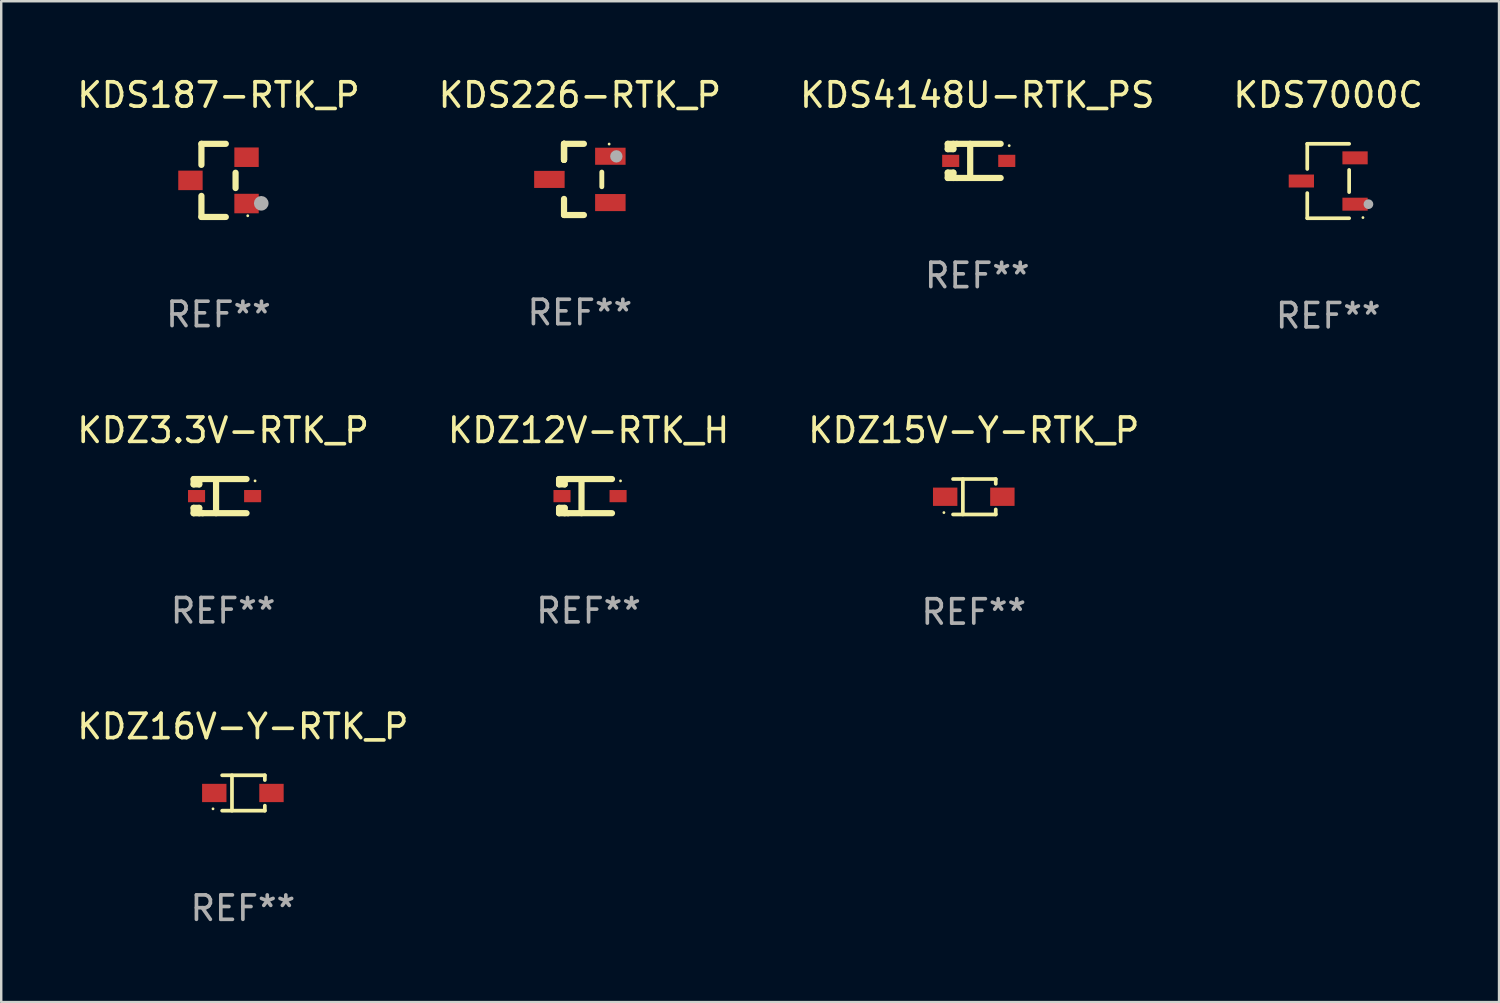
<source format=kicad_pcb>
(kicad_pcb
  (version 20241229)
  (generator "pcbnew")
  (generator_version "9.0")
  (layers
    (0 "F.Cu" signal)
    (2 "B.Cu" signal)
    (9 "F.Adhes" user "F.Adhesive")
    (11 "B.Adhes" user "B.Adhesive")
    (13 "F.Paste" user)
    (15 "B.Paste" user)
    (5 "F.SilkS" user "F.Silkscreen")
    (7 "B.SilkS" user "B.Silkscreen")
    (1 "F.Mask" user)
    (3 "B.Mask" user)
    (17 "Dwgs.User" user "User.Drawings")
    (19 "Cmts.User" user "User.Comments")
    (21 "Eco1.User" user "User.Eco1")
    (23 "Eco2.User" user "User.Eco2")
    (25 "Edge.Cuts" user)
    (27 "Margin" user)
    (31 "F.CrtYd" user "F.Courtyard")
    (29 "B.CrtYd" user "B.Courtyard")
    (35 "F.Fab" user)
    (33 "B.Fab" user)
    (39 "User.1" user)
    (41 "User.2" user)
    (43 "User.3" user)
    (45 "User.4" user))
  (footprint "KDS226-RTK_P"
    (layer "F.Cu")
    (at 20.732 4.308)
    (property "Reference" "KDS226-RTK_P" (at 0 -3.46 0) (layer "F.SilkS") (effects (font (size 1 1) (thickness 0.15))))
    (attr through_hole)
    (fp_line (start -0.65 -1.46) (end -0.65 -0.8) (stroke (width 0.254) (type solid)) (layer "F.SilkS"))
    (fp_line (start -0.65 -1.46) (end 0.165 -1.46) (stroke (width 0.254) (type solid)) (layer "F.SilkS"))
    (fp_line (start -0.65 -0.8) (end -0.65 -1.46) (stroke (width 0.254) (type solid)) (layer "F.SilkS"))
    (fp_line (start -0.65 -0.8) (end -0.65 -1.46) (stroke (width 0.254) (type solid)) (layer "F.SilkS"))
    (fp_line (start -0.65 1.46) (end -0.65 0.8) (stroke (width 0.254) (type solid)) (layer "F.SilkS"))
    (fp_line (start 0.165 1.46) (end -0.65 1.46) (stroke (width 0.254) (type solid)) (layer "F.SilkS"))
    (fp_line (start 0.9 0.3) (end 0.9 -0.3) (stroke (width 0.2) (type solid)) (layer "F.SilkS"))
    (fp_circle (center 1.2 -1.45) (end 1.23 -1.45) (stroke (width 0.06) (type solid)) (fill no) (layer "F.SilkS"))
    (fp_circle (center 1.496 -0.945) (end 1.623 -0.945) (stroke (width 0.254) (type solid)) (fill no) (layer "F.Fab"))
    (fp_text user "REF**" (at 0 5.46 0) (layer "F.Fab") (effects (font (size 1 1) (thickness 0.15))))
    (pad "1" smd rect (at 1.25 -0.95 270) (size 0.7 1.25) (layers "F.Cu" "F.Mask" "F.Paste"))
    (pad "2" smd rect (at 1.25 0.95 270) (size 0.7 1.25) (layers "F.Cu" "F.Mask" "F.Paste"))
    (pad "3" smd rect (at -1.25 0 270) (size 0.7 1.25) (layers "F.Cu" "F.Mask" "F.Paste")))
  (footprint "KDZ3.3V-RTK_P"
    (layer "F.Cu")
    (at 6.101 17.298)
    (property "Reference" "KDZ3.3V-RTK_P" (at 0 -2.701 0) (layer "F.SilkS") (effects (font (size 1 1) (thickness 0.15))))
    (attr through_hole)
    (fp_line (start -1.21 -0.701) (end -1.21 -0.482) (stroke (width 0.254) (type solid)) (layer "F.SilkS"))
    (fp_line (start -1.21 0.48) (end -1.21 0.701) (stroke (width 0.254) (type solid)) (layer "F.SilkS"))
    (fp_line (start -1.21 0.48) (end -0.98 0.48) (stroke (width 0.254) (type solid)) (layer "F.SilkS"))
    (fp_line (start -1.21 0.701) (end -0.839 0.701) (stroke (width 0.254) (type solid)) (layer "F.SilkS"))
    (fp_line (start -0.98 -0.701) (end -0.98 -0.482) (stroke (width 0.254) (type solid)) (layer "F.SilkS"))
    (fp_line (start -0.98 -0.482) (end -1.21 -0.482) (stroke (width 0.254) (type solid)) (layer "F.SilkS"))
    (fp_line (start -0.98 0.481) (end -0.98 0.701) (stroke (width 0.254) (type solid)) (layer "F.SilkS"))
    (fp_line (start -0.84 -0.701) (end -1.21 -0.701) (stroke (width 0.254) (type solid)) (layer "F.SilkS"))
    (fp_line (start -0.84 -0.701) (end 0.96 -0.701) (stroke (width 0.254) (type solid)) (layer "F.SilkS"))
    (fp_line (start -0.84 0.699) (end 0.96 0.699) (stroke (width 0.254) (type solid)) (layer "F.SilkS"))
    (fp_line (start -0.29 0.699) (end -0.29 -0.701) (stroke (width 0.254) (type solid)) (layer "F.SilkS"))
    (fp_circle (center 1.31 -0.626) (end 1.34 -0.626) (stroke (width 0.06) (type solid)) (fill no) (layer "F.SilkS"))
    (fp_text user "REF**" (at 0 4.701 0) (layer "F.Fab") (effects (font (size 1 1) (thickness 0.15))))
    (pad "1" smd rect (at 1.21 -0.001 180) (size 0.7 0.5) (layers "F.Cu" "F.Mask" "F.Paste"))
    (pad "2" smd rect (at -1.09 -0.001 180) (size 0.7 0.5) (layers "F.Cu" "F.Mask" "F.Paste")))
  (footprint "KDZ15V-Y-RTK_P"
    (layer "F.Cu")
    (at 36.887 17.323)
    (property "Reference" "KDZ15V-Y-RTK_P" (at 0 -2.726 0) (layer "F.SilkS") (effects (font (size 1 1) (thickness 0.15))))
    (attr through_hole)
    (fp_line (start -0.851 -0.726) (end 0.901 -0.726) (stroke (width 0.152) (type solid)) (layer "F.SilkS"))
    (fp_line (start -0.851 0.726) (end 0.901 0.726) (stroke (width 0.152) (type solid)) (layer "F.SilkS"))
    (fp_line (start -0.447 -0.726) (end -0.447 0.726) (stroke (width 0.152) (type solid)) (layer "F.SilkS"))
    (fp_line (start 0.901 -0.726) (end 0.901 -0.53) (stroke (width 0.152) (type solid)) (layer "F.SilkS"))
    (fp_line (start 0.901 0.726) (end 0.901 0.52) (stroke (width 0.152) (type solid)) (layer "F.SilkS"))
    (fp_circle (center -1.225 0.65) (end -1.195 0.65) (stroke (width 0.06) (type solid)) (fill no) (layer "F.SilkS"))
    (fp_text user "REF**" (at 0 4.726 0) (layer "F.Fab") (effects (font (size 1 1) (thickness 0.15))))
    (pad "1" smd rect (at -1.173 0) (size 1 0.75) (layers "F.Cu" "F.Mask" "F.Paste"))
    (pad "2" smd rect (at 1.173 0) (size 1 0.75) (layers "F.Cu" "F.Mask" "F.Paste")))
  (footprint "KDS7000C"
    (layer "F.Cu")
    (at 51.423 4.374)
    (property "Reference" "KDS7000C" (at 0 -3.526 0) (layer "F.SilkS") (effects (font (size 1 1) (thickness 0.15))))
    (attr through_hole)
    (fp_line (start -0.859 -1.526) (end -0.859 -0.495) (stroke (width 0.152) (type solid)) (layer "F.SilkS"))
    (fp_line (start -0.859 1.526) (end -0.859 0.495) (stroke (width 0.152) (type solid)) (layer "F.SilkS"))
    (fp_line (start 0.859 -1.526) (end -0.859 -1.526) (stroke (width 0.152) (type solid)) (layer "F.SilkS"))
    (fp_line (start 0.859 -0.455) (end 0.859 0.455) (stroke (width 0.152) (type solid)) (layer "F.SilkS"))
    (fp_line (start 0.859 1.526) (end -0.859 1.526) (stroke (width 0.152) (type solid)) (layer "F.SilkS"))
    (fp_circle (center 1.425 1.5) (end 1.455 1.5) (stroke (width 0.06) (type solid)) (fill no) (layer "F.SilkS"))
    (fp_circle (center 1.65 0.95) (end 1.75 0.95) (stroke (width 0.2) (type solid)) (fill no) (layer "F.Fab"))
    (fp_text user "REF**" (at 0 5.526 0) (layer "F.Fab") (effects (font (size 1 1) (thickness 0.15))))
    (pad "1" smd rect (at 1.101 0.95) (size 1.037 0.532) (layers "F.Cu" "F.Mask" "F.Paste"))
    (pad "2" smd rect (at 1.101 -0.95) (size 1.037 0.532) (layers "F.Cu" "F.Mask" "F.Paste"))
    (pad "3" smd rect (at -1.101 0) (size 1.037 0.532) (layers "F.Cu" "F.Mask" "F.Paste")))
  (footprint "KDS4148U-RTK_PS"
    (layer "F.Cu")
    (at 37.03 3.549)
    (property "Reference" "KDS4148U-RTK_PS" (at 0 -2.701 0) (layer "F.SilkS") (effects (font (size 1 1) (thickness 0.15))))
    (attr through_hole)
    (fp_line (start -1.21 -0.701) (end -1.21 -0.482) (stroke (width 0.254) (type solid)) (layer "F.SilkS"))
    (fp_line (start -1.21 0.48) (end -1.21 0.701) (stroke (width 0.254) (type solid)) (layer "F.SilkS"))
    (fp_line (start -1.21 0.48) (end -0.98 0.48) (stroke (width 0.254) (type solid)) (layer "F.SilkS"))
    (fp_line (start -1.21 0.701) (end -0.839 0.701) (stroke (width 0.254) (type solid)) (layer "F.SilkS"))
    (fp_line (start -0.98 -0.701) (end -0.98 -0.482) (stroke (width 0.254) (type solid)) (layer "F.SilkS"))
    (fp_line (start -0.98 -0.482) (end -1.21 -0.482) (stroke (width 0.254) (type solid)) (layer "F.SilkS"))
    (fp_line (start -0.98 0.481) (end -0.98 0.701) (stroke (width 0.254) (type solid)) (layer "F.SilkS"))
    (fp_line (start -0.84 -0.701) (end -1.21 -0.701) (stroke (width 0.254) (type solid)) (layer "F.SilkS"))
    (fp_line (start -0.84 -0.701) (end 0.96 -0.701) (stroke (width 0.254) (type solid)) (layer "F.SilkS"))
    (fp_line (start -0.84 0.699) (end 0.96 0.699) (stroke (width 0.254) (type solid)) (layer "F.SilkS"))
    (fp_line (start -0.29 0.699) (end -0.29 -0.701) (stroke (width 0.254) (type solid)) (layer "F.SilkS"))
    (fp_circle (center 1.31 -0.626) (end 1.34 -0.626) (stroke (width 0.06) (type solid)) (fill no) (layer "F.SilkS"))
    (fp_text user "REF**" (at 0 4.701 0) (layer "F.Fab") (effects (font (size 1 1) (thickness 0.15))))
    (pad "1" smd rect (at 1.21 -0.001 180) (size 0.7 0.5) (layers "F.Cu" "F.Mask" "F.Paste"))
    (pad "2" smd rect (at -1.09 -0.001 180) (size 0.7 0.5) (layers "F.Cu" "F.Mask" "F.Paste")))
  (footprint "KDZ12V-RTK_H"
    (layer "F.Cu")
    (at 21.089 17.298)
    (property "Reference" "KDZ12V-RTK_H" (at 0 -2.701 0) (layer "F.SilkS") (effects (font (size 1 1) (thickness 0.15))))
    (attr through_hole)
    (fp_line (start -1.21 -0.701) (end -1.21 -0.482) (stroke (width 0.254) (type solid)) (layer "F.SilkS"))
    (fp_line (start -1.21 0.48) (end -1.21 0.701) (stroke (width 0.254) (type solid)) (layer "F.SilkS"))
    (fp_line (start -1.21 0.48) (end -0.98 0.48) (stroke (width 0.254) (type solid)) (layer "F.SilkS"))
    (fp_line (start -1.21 0.701) (end -0.839 0.701) (stroke (width 0.254) (type solid)) (layer "F.SilkS"))
    (fp_line (start -0.98 -0.701) (end -0.98 -0.482) (stroke (width 0.254) (type solid)) (layer "F.SilkS"))
    (fp_line (start -0.98 -0.482) (end -1.21 -0.482) (stroke (width 0.254) (type solid)) (layer "F.SilkS"))
    (fp_line (start -0.98 0.481) (end -0.98 0.701) (stroke (width 0.254) (type solid)) (layer "F.SilkS"))
    (fp_line (start -0.84 -0.701) (end -1.21 -0.701) (stroke (width 0.254) (type solid)) (layer "F.SilkS"))
    (fp_line (start -0.84 -0.701) (end 0.96 -0.701) (stroke (width 0.254) (type solid)) (layer "F.SilkS"))
    (fp_line (start -0.84 0.699) (end 0.96 0.699) (stroke (width 0.254) (type solid)) (layer "F.SilkS"))
    (fp_line (start -0.29 0.699) (end -0.29 -0.701) (stroke (width 0.254) (type solid)) (layer "F.SilkS"))
    (fp_circle (center 1.31 -0.626) (end 1.34 -0.626) (stroke (width 0.06) (type solid)) (fill no) (layer "F.SilkS"))
    (fp_text user "REF**" (at 0 4.701 0) (layer "F.Fab") (effects (font (size 1 1) (thickness 0.15))))
    (pad "1" smd rect (at 1.21 -0.001 180) (size 0.7 0.5) (layers "F.Cu" "F.Mask" "F.Paste"))
    (pad "2" smd rect (at -1.09 -0.001 180) (size 0.7 0.5) (layers "F.Cu" "F.Mask" "F.Paste")))
  (footprint "KDZ16V-Y-RTK_P"
    (layer "F.Cu")
    (at 6.911 29.472)
    (property "Reference" "KDZ16V-Y-RTK_P" (at 0 -2.726 0) (layer "F.SilkS") (effects (font (size 1 1) (thickness 0.15))))
    (attr through_hole)
    (fp_line (start -0.851 -0.726) (end 0.901 -0.726) (stroke (width 0.152) (type solid)) (layer "F.SilkS"))
    (fp_line (start -0.851 0.726) (end 0.901 0.726) (stroke (width 0.152) (type solid)) (layer "F.SilkS"))
    (fp_line (start -0.447 -0.726) (end -0.447 0.726) (stroke (width 0.152) (type solid)) (layer "F.SilkS"))
    (fp_line (start 0.901 -0.726) (end 0.901 -0.53) (stroke (width 0.152) (type solid)) (layer "F.SilkS"))
    (fp_line (start 0.901 0.726) (end 0.901 0.52) (stroke (width 0.152) (type solid)) (layer "F.SilkS"))
    (fp_circle (center -1.225 0.65) (end -1.195 0.65) (stroke (width 0.06) (type solid)) (fill no) (layer "F.SilkS"))
    (fp_text user "REF**" (at 0 4.726 0) (layer "F.Fab") (effects (font (size 1 1) (thickness 0.15))))
    (pad "1" smd rect (at -1.173 0) (size 1 0.75) (layers "F.Cu" "F.Mask" "F.Paste"))
    (pad "2" smd rect (at 1.173 0) (size 1 0.75) (layers "F.Cu" "F.Mask" "F.Paste")))
  (footprint "KDS187-RTK_P"
    (layer "F.Cu")
    (at 5.911 4.348)
    (property "Reference" "KDS187-RTK_P" (at 0 -3.5 0) (layer "F.SilkS") (effects (font (size 1 1) (thickness 0.15))))
    (attr through_hole)
    (fp_line (start -0.7 -1.5) (end 0.3 -1.5) (stroke (width 0.254) (type solid)) (layer "F.SilkS"))
    (fp_line (start -0.7 -0.636) (end -0.7 -1.5) (stroke (width 0.254) (type solid)) (layer "F.SilkS"))
    (fp_line (start -0.7 1.5) (end -0.7 0.636) (stroke (width 0.254) (type solid)) (layer "F.SilkS"))
    (fp_line (start -0.7 1.5) (end 0.3 1.5) (stroke (width 0.254) (type solid)) (layer "F.SilkS"))
    (fp_line (start 0.7 0.314) (end 0.7 -0.314) (stroke (width 0.254) (type solid)) (layer "F.SilkS"))
    (fp_circle (center 1.2 1.45) (end 1.23 1.45) (stroke (width 0.06) (type solid)) (fill no) (layer "F.SilkS"))
    (fp_circle (center 1.753 0.94) (end 1.903 0.94) (stroke (width 0.3) (type solid)) (fill no) (layer "F.Fab"))
    (fp_text user "REF**" (at 0 5.5 0) (layer "F.Fab") (effects (font (size 1 1) (thickness 0.15))))
    (pad "1" smd rect (at 1.15 0.95 180) (size 1 0.8) (layers "F.Cu" "F.Mask" "F.Paste"))
    (pad "2" smd rect (at 1.15 -0.95 180) (size 1 0.8) (layers "F.Cu" "F.Mask" "F.Paste"))
    (pad "3" smd rect (at -1.15 -0.000051 180) (size 1 0.8) (layers "F.Cu" "F.Mask" "F.Paste")))
  (gr_rect
    (start -3 -3)
    (end 58.429 38.047)
    (stroke (width 0.1) (type default))
    (fill no)
    (layer "Edge.Cuts")))
</source>
